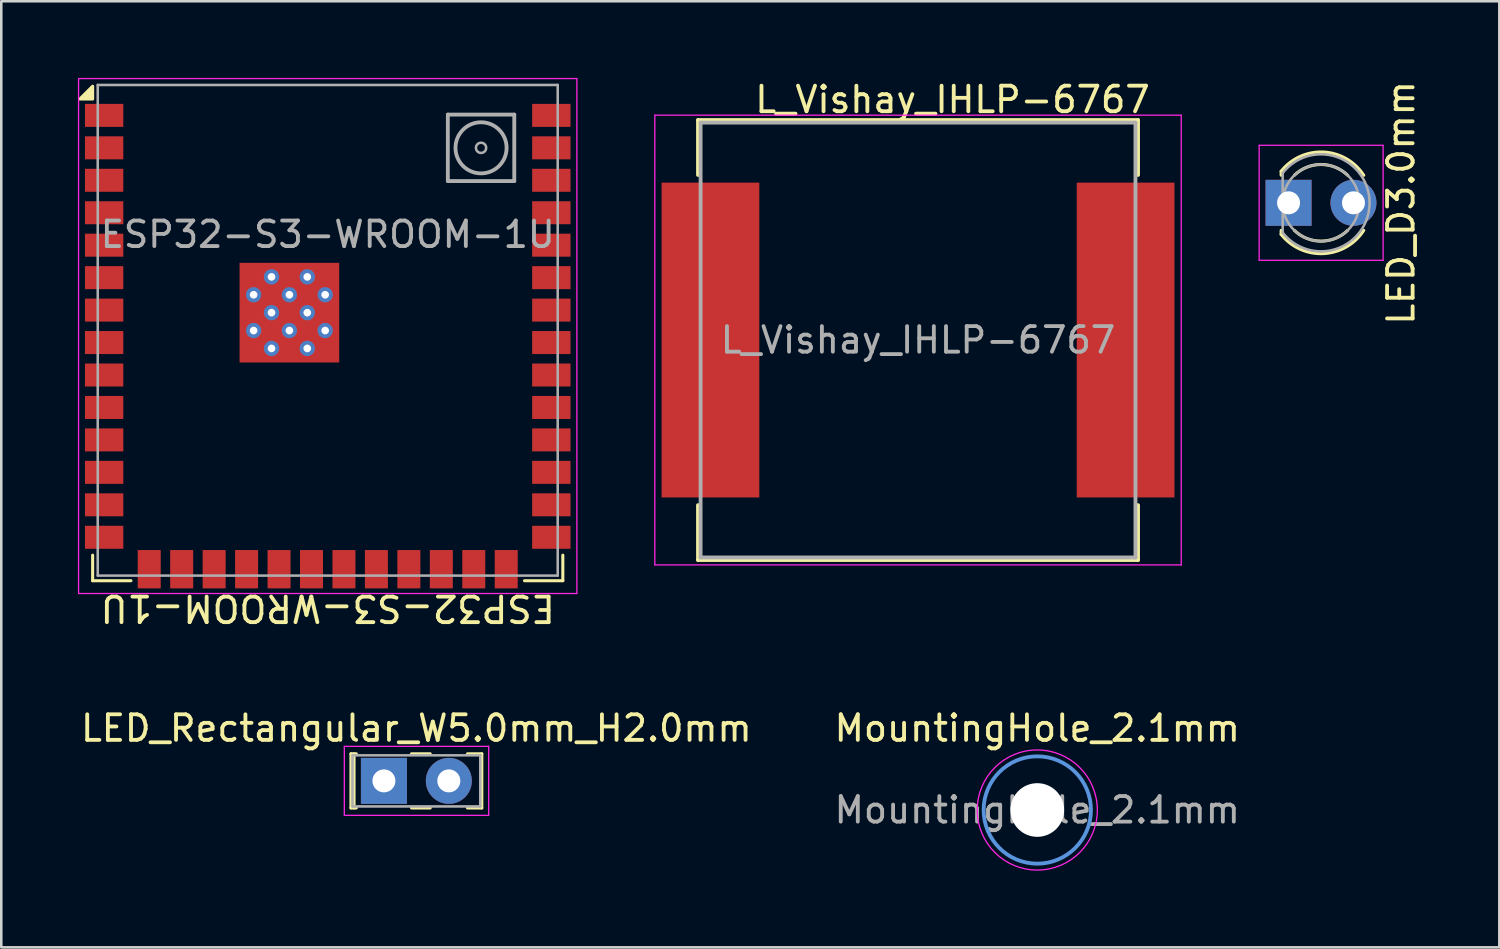
<source format=kicad_pcb>
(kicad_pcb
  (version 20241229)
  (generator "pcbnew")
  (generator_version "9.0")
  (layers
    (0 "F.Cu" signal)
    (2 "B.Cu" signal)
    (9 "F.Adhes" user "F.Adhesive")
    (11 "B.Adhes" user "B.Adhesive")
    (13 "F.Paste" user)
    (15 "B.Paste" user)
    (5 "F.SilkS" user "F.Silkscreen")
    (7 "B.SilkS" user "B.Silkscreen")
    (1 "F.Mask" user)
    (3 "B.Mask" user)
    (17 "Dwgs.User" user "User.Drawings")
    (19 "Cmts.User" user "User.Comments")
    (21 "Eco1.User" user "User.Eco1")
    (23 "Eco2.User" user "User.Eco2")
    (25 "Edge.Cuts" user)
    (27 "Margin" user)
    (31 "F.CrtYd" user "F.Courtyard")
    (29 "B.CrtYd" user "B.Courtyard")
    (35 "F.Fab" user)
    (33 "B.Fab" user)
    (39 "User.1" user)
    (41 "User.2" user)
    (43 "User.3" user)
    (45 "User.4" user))
  (footprint "L_Vishay_IHLP-6767"
    (layer "F.Cu")
    (at 32.875 10.257)
    (property "Reference" "L_Vishay_IHLP-6767" (at 1.35 -9.409 180) (layer "F.SilkS") (effects (font (size 1 1) (thickness 0.15))))
    (attr smd)
    (fp_line (start -8.609 -8.609) (end 8.609 -8.609) (stroke (width 0.15) (type solid)) (layer "F.SilkS"))
    (fp_line (start -8.609 -6.46) (end -8.609 -8.609) (stroke (width 0.15) (type solid)) (layer "F.SilkS"))
    (fp_line (start -8.609 6.46) (end -8.609 8.609) (stroke (width 0.15) (type solid)) (layer "F.SilkS"))
    (fp_line (start -8.609 8.609) (end 8.609 8.609) (stroke (width 0.15) (type solid)) (layer "F.SilkS"))
    (fp_line (start 8.609 -8.609) (end 8.609 -6.46) (stroke (width 0.15) (type solid)) (layer "F.SilkS"))
    (fp_line (start 8.609 8.609) (end 8.609 6.46) (stroke (width 0.15) (type solid)) (layer "F.SilkS"))
    (fp_line (start -10.3 -8.8) (end -10.3 8.8) (stroke (width 0.05) (type solid)) (layer "F.CrtYd"))
    (fp_line (start -10.3 8.8) (end 10.3 8.8) (stroke (width 0.05) (type solid)) (layer "F.CrtYd"))
    (fp_line (start 10.3 -8.8) (end -10.3 -8.8) (stroke (width 0.05) (type solid)) (layer "F.CrtYd"))
    (fp_line (start 10.3 8.8) (end 10.3 -8.8) (stroke (width 0.05) (type solid)) (layer "F.CrtYd"))
    (fp_line (start -8.509 -8.509) (end -8.509 8.509) (stroke (width 0.15) (type solid)) (layer "F.Fab"))
    (fp_line (start -8.509 8.509) (end 8.509 8.509) (stroke (width 0.15) (type solid)) (layer "F.Fab"))
    (fp_line (start 8.509 -8.509) (end -8.509 -8.509) (stroke (width 0.15) (type solid)) (layer "F.Fab"))
    (fp_line (start 8.509 8.509) (end 8.509 -8.509) (stroke (width 0.15) (type solid)) (layer "F.Fab"))
    (fp_text user "${REFERENCE}" (at 0 0 180) (layer "F.Fab") (effects (font (size 1 1) (thickness 0.15))))
    (pad "1" smd rect (at -8.123 0) (size 3.825 12.32) (layers "F.Cu" "F.Mask" "F.Paste"))
    (pad "2" smd rect (at 8.123 0) (size 3.825 12.32) (layers "F.Cu" "F.Mask" "F.Paste")))
  (footprint "ESP32-S3-WROOM-1U"
    (layer "F.Cu")
    (at 9.775 9.875)
    (property "Reference" "ESP32-S3-WROOM-1U" (at 0 10.876 180) (unlocked yes) (layer "F.SilkS") (effects (font (size 1 1) (thickness 0.15))))
    (attr smd)
    (fp_line (start -9.2 8.8) (end -9.2 9.8) (stroke (width 0.12) (type solid)) (layer "F.SilkS"))
    (fp_line (start -9.2 9.8) (end -7.7 9.8) (stroke (width 0.12) (type solid)) (layer "F.SilkS"))
    (fp_line (start 9.2 9.8) (end 7.7 9.8) (stroke (width 0.12) (type solid)) (layer "F.SilkS"))
    (fp_line (start 9.2 9.8) (end 9.2 8.8) (stroke (width 0.12) (type solid)) (layer "F.SilkS"))
    (fp_poly (pts (xy -9.2 -9.05) (xy -9.7 -9.05) (xy -9.2 -9.55) (xy -9.2 -9.05)) (stroke (width 0.12) (type solid)) (fill yes) (layer "F.SilkS"))
    (fp_line (start -9.75 10.3) (end -9.75 -9.85) (stroke (width 0.05) (type solid)) (layer "F.CrtYd"))
    (fp_line (start -9.75 10.3) (end 9.75 10.3) (stroke (width 0.05) (type solid)) (layer "F.CrtYd"))
    (fp_line (start 9.75 -9.85) (end -9.75 -9.85) (stroke (width 0.05) (type solid)) (layer "F.CrtYd"))
    (fp_line (start 9.75 -9.85) (end 9.75 10.3) (stroke (width 0.05) (type solid)) (layer "F.CrtYd"))
    (fp_line (start -9 -9.6) (end 9 -9.6) (stroke (width 0.1) (type solid)) (layer "F.Fab"))
    (fp_line (start -9 9.6) (end -9 -9.6) (stroke (width 0.1) (type solid)) (layer "F.Fab"))
    (fp_line (start -9 9.6) (end 9 9.6) (stroke (width 0.1) (type solid)) (layer "F.Fab"))
    (fp_line (start 4.7 -8.44) (end 7.3 -8.44) (stroke (width 0.15) (type solid)) (layer "F.Fab"))
    (fp_line (start 4.7 -5.84) (end 4.7 -8.44) (stroke (width 0.15) (type solid)) (layer "F.Fab"))
    (fp_line (start 7.3 -8.44) (end 7.3 -5.84) (stroke (width 0.15) (type solid)) (layer "F.Fab"))
    (fp_line (start 7.3 -5.84) (end 4.7 -5.84) (stroke (width 0.15) (type solid)) (layer "F.Fab"))
    (fp_line (start 9 9.6) (end 9 -9.6) (stroke (width 0.1) (type solid)) (layer "F.Fab"))
    (fp_circle (center 6 -7.14) (end 6 -6.94) (stroke (width 0.1) (type solid)) (fill no) (layer "F.Fab"))
    (fp_circle (center 6 -7.14) (end 7 -7.14) (stroke (width 0.15) (type solid)) (fill no) (layer "F.Fab"))
    (fp_text user "${REFERENCE}" (at 0 -3.75 0) (unlocked yes) (layer "F.Fab") (effects (font (size 1 1) (thickness 0.15))))
    (pad "" smd rect (at -2.904 0.71) (size 0.9 0.9) (layers "F.Paste"))
    (pad "" smd rect (at -2.9 -2.09) (size 0.9 0.9) (layers "F.Paste"))
    (pad "" smd rect (at -2.9 -0.69) (size 0.9 0.9) (layers "F.Paste"))
    (pad "" smd rect (at -1.504 0.71) (size 0.9 0.9) (layers "F.Paste"))
    (pad "" smd rect (at -1.5 -2.09) (size 0.9 0.9) (layers "F.Paste"))
    (pad "" smd rect (at -1.5 -0.69) (size 0.9 0.9) (layers "F.Paste"))
    (pad "" smd rect (at -0.104 0.71) (size 0.9 0.9) (layers "F.Paste"))
    (pad "" smd rect (at -0.1 -2.09) (size 0.9 0.9) (layers "F.Paste"))
    (pad "" smd rect (at -0.1 -0.69) (size 0.9 0.9) (layers "F.Paste"))
    (pad "1" smd rect (at -8.75 -8.41) (size 1.5 0.9) (layers "F.Cu" "F.Mask" "F.Paste"))
    (pad "2" smd rect (at -8.75 -7.14) (size 1.5 0.9) (layers "F.Cu" "F.Mask" "F.Paste"))
    (pad "3" smd rect (at -8.75 -5.87) (size 1.5 0.9) (layers "F.Cu" "F.Mask" "F.Paste"))
    (pad "4" smd rect (at -8.75 -4.6) (size 1.5 0.9) (layers "F.Cu" "F.Mask" "F.Paste"))
    (pad "5" smd rect (at -8.75 -3.33) (size 1.5 0.9) (layers "F.Cu" "F.Mask" "F.Paste"))
    (pad "6" smd rect (at -8.75 -2.06) (size 1.5 0.9) (layers "F.Cu" "F.Mask" "F.Paste"))
    (pad "7" smd rect (at -8.75 -0.79) (size 1.5 0.9) (layers "F.Cu" "F.Mask" "F.Paste"))
    (pad "8" smd rect (at -8.75 0.48) (size 1.5 0.9) (layers "F.Cu" "F.Mask" "F.Paste"))
    (pad "9" smd rect (at -8.75 1.75) (size 1.5 0.9) (layers "F.Cu" "F.Mask" "F.Paste"))
    (pad "10" smd rect (at -8.75 3.02) (size 1.5 0.9) (layers "F.Cu" "F.Mask" "F.Paste"))
    (pad "11" smd rect (at -8.75 4.29) (size 1.5 0.9) (layers "F.Cu" "F.Mask" "F.Paste"))
    (pad "12" smd rect (at -8.75 5.56) (size 1.5 0.9) (layers "F.Cu" "F.Mask" "F.Paste"))
    (pad "13" smd rect (at -8.75 6.83) (size 1.5 0.9) (layers "F.Cu" "F.Mask" "F.Paste"))
    (pad "14" smd rect (at -8.75 8.1 180) (size 1.5 0.9) (layers "F.Cu" "F.Mask" "F.Paste"))
    (pad "15" smd rect (at -6.985 9.35 270) (size 1.5 0.9) (layers "F.Cu" "F.Mask" "F.Paste"))
    (pad "16" smd rect (at -5.715 9.35 270) (size 1.5 0.9) (layers "F.Cu" "F.Mask" "F.Paste"))
    (pad "17" smd rect (at -4.445 9.35 270) (size 1.5 0.9) (layers "F.Cu" "F.Mask" "F.Paste"))
    (pad "18" smd rect (at -3.175 9.35 270) (size 1.5 0.9) (layers "F.Cu" "F.Mask" "F.Paste"))
    (pad "19" smd rect (at -1.905 9.35 270) (size 1.5 0.9) (layers "F.Cu" "F.Mask" "F.Paste"))
    (pad "20" smd rect (at -0.635 9.35 270) (size 1.5 0.9) (layers "F.Cu" "F.Mask" "F.Paste"))
    (pad "21" smd rect (at 0.635 9.35 270) (size 1.5 0.9) (layers "F.Cu" "F.Mask" "F.Paste"))
    (pad "22" smd rect (at 1.905 9.35 270) (size 1.5 0.9) (layers "F.Cu" "F.Mask" "F.Paste"))
    (pad "23" smd rect (at 3.175 9.35 270) (size 1.5 0.9) (layers "F.Cu" "F.Mask" "F.Paste"))
    (pad "24" smd rect (at 4.445 9.35 270) (size 1.5 0.9) (layers "F.Cu" "F.Mask" "F.Paste"))
    (pad "25" smd rect (at 5.715 9.35 270) (size 1.5 0.9) (layers "F.Cu" "F.Mask" "F.Paste"))
    (pad "26" smd rect (at 6.985 9.35 270) (size 1.5 0.9) (layers "F.Cu" "F.Mask" "F.Paste"))
    (pad "27" smd rect (at 8.75 8.1) (size 1.5 0.9) (layers "F.Cu" "F.Mask" "F.Paste"))
    (pad "28" smd rect (at 8.75 6.83) (size 1.5 0.9) (layers "F.Cu" "F.Mask" "F.Paste"))
    (pad "29" smd rect (at 8.75 5.56) (size 1.5 0.9) (layers "F.Cu" "F.Mask" "F.Paste"))
    (pad "30" smd rect (at 8.75 4.29) (size 1.5 0.9) (layers "F.Cu" "F.Mask" "F.Paste"))
    (pad "31" smd rect (at 8.75 3.02) (size 1.5 0.9) (layers "F.Cu" "F.Mask" "F.Paste"))
    (pad "32" smd rect (at 8.75 1.75) (size 1.5 0.9) (layers "F.Cu" "F.Mask" "F.Paste"))
    (pad "33" smd rect (at 8.75 0.48) (size 1.5 0.9) (layers "F.Cu" "F.Mask" "F.Paste"))
    (pad "34" smd rect (at 8.75 -0.79) (size 1.5 0.9) (layers "F.Cu" "F.Mask" "F.Paste"))
    (pad "35" smd rect (at 8.75 -2.06) (size 1.5 0.9) (layers "F.Cu" "F.Mask" "F.Paste"))
    (pad "36" smd rect (at 8.75 -3.33) (size 1.5 0.9) (layers "F.Cu" "F.Mask" "F.Paste"))
    (pad "37" smd rect (at 8.75 -4.6) (size 1.5 0.9) (layers "F.Cu" "F.Mask" "F.Paste"))
    (pad "38" smd rect (at 8.75 -5.87) (size 1.5 0.9) (layers "F.Cu" "F.Mask" "F.Paste"))
    (pad "39" smd rect (at 8.75 -7.14) (size 1.5 0.9) (layers "F.Cu" "F.Mask" "F.Paste"))
    (pad "40" smd rect (at 8.75 -8.41) (size 1.5 0.9) (layers "F.Cu" "F.Mask" "F.Paste"))
    (pad "41" thru_hole circle (at -2.9 -1.39) (size 0.6 0.6) (drill 0.3) (property pad_prop_heatsink) (layers "*.Cu" "F.Mask"))
    (pad "41" thru_hole circle (at -2.9 0.01) (size 0.6 0.6) (drill 0.3) (property pad_prop_heatsink) (layers "*.Cu" "F.Mask"))
    (pad "41" thru_hole circle (at -2.2 -2.09) (size 0.6 0.6) (drill 0.3) (property pad_prop_heatsink) (layers "*.Cu" "F.Mask"))
    (pad "41" thru_hole circle (at -2.2 -0.69) (size 0.6 0.6) (drill 0.3) (property pad_prop_heatsink) (layers "*.Cu" "F.Mask"))
    (pad "41" thru_hole circle (at -2.2 0.71) (size 0.6 0.6) (drill 0.3) (property pad_prop_heatsink) (layers "*.Cu" "F.Mask"))
    (pad "41" thru_hole circle (at -1.5 -1.39) (size 0.6 0.6) (drill 0.3) (property pad_prop_heatsink) (layers "*.Cu" "F.Mask"))
    (pad "41" smd rect (at -1.5 -0.69) (size 3.9 3.9) (layers "F.Cu" "F.Mask"))
    (pad "41" thru_hole circle (at -1.5 0.01) (size 0.6 0.6) (drill 0.3) (property pad_prop_heatsink) (layers "*.Cu" "F.Mask"))
    (pad "41" thru_hole circle (at -0.8 -2.09) (size 0.6 0.6) (drill 0.3) (property pad_prop_heatsink) (layers "*.Cu" "F.Mask"))
    (pad "41" thru_hole circle (at -0.8 -0.69 90) (size 0.6 0.6) (drill 0.3) (property pad_prop_heatsink) (layers "*.Cu" "F.Mask"))
    (pad "41" thru_hole circle (at -0.8 0.71) (size 0.6 0.6) (drill 0.3) (property pad_prop_heatsink) (layers "*.Cu" "F.Mask"))
    (pad "41" thru_hole circle (at -0.1 -1.39) (size 0.6 0.6) (drill 0.3) (property pad_prop_heatsink) (layers "*.Cu" "F.Mask"))
    (pad "41" thru_hole circle (at -0.1 0.01) (size 0.6 0.6) (drill 0.3) (property pad_prop_heatsink) (layers "*.Cu" "F.Mask")))
  (footprint "LED_D3.0mm"
    (layer "F.Cu")
    (at 47.375 4.887)
    (property "Reference" "LED_D3.0mm" (at 4.4 0 270) (layer "F.SilkS") (effects (font (size 1 1) (thickness 0.15))))
    (attr through_hole)
    (fp_line (start -0.29 -1.236) (end -0.29 -1.08) (stroke (width 0.12) (type solid)) (layer "F.SilkS"))
    (fp_line (start -0.29 1.08) (end -0.29 1.236) (stroke (width 0.12) (type solid)) (layer "F.SilkS"))
    (fp_arc (start -0.29 -1.235516) (mid 1.366487 -1.987659) (end 2.942335 -1.078608) (stroke (width 0.12) (type solid)) (layer "F.SilkS"))
    (fp_arc (start 0.229039 -1.08) (mid 1.270117 -1.5) (end 2.31113 -1.079837) (stroke (width 0.12) (type solid)) (layer "F.SilkS"))
    (fp_arc (start 2.31113 1.079837) (mid 1.270117 1.5) (end 0.229039 1.08) (stroke (width 0.12) (type solid)) (layer "F.SilkS"))
    (fp_arc (start 2.942335 1.078608) (mid 1.366487 1.987659) (end -0.29 1.235516) (stroke (width 0.12) (type solid)) (layer "F.SilkS"))
    (fp_line (start -1.15 -2.25) (end -1.15 2.25) (stroke (width 0.05) (type solid)) (layer "F.CrtYd"))
    (fp_line (start -1.15 2.25) (end 3.7 2.25) (stroke (width 0.05) (type solid)) (layer "F.CrtYd"))
    (fp_line (start 3.7 -2.25) (end -1.15 -2.25) (stroke (width 0.05) (type solid)) (layer "F.CrtYd"))
    (fp_line (start 3.7 2.25) (end 3.7 -2.25) (stroke (width 0.05) (type solid)) (layer "F.CrtYd"))
    (fp_line (start -0.23 -1.166) (end -0.23 1.166) (stroke (width 0.1) (type solid)) (layer "F.Fab"))
    (fp_arc (start -0.23 -1.16619) (mid 3.17 0.000452) (end -0.230555 1.165476) (stroke (width 0.1) (type solid)) (layer "F.Fab"))
    (fp_circle (center 1.27 0) (end 2.77 0) (stroke (width 0.1) (type solid)) (fill no) (layer "F.Fab"))
    (pad "1" thru_hole rect (at 0 0) (size 1.8 1.8) (drill 0.9) (layers "*.Cu" "*.Mask"))
    (pad "2" thru_hole circle (at 2.54 0) (size 1.8 1.8) (drill 0.9) (layers "*.Cu" "*.Mask")))
  (footprint "MountingHole_2.1mm"
    (layer "F.Cu")
    (at 37.542 28.648)
    (property "Reference" "MountingHole_2.1mm" (at 0 -3.2 180) (layer "F.SilkS") (effects (font (size 1 1) (thickness 0.15))))
    (attr exclude_from_pos_files exclude_from_bom)
    (fp_circle (center 0 0) (end 2.1 0) (stroke (width 0.15) (type solid)) (fill no) (layer "Cmts.User"))
    (fp_circle (center 0 0) (end 2.35 0) (stroke (width 0.05) (type solid)) (fill no) (layer "F.CrtYd"))
    (fp_text user "${REFERENCE}" (at 0 0 180) (layer "F.Fab") (effects (font (size 1 1) (thickness 0.15))))
    (pad "" np_thru_hole circle (at 0 0) (size 2.1 2.1) (drill 2.1) (layers "*.Cu" "*.Mask")))
  (footprint "LED_Rectangular_W5.0mm_H2.0mm"
    (layer "F.Cu")
    (at 11.974 27.508)
    (property "Reference" "LED_Rectangular_W5.0mm_H2.0mm" (at 1.27 -2.06 0) (layer "F.SilkS") (effects (font (size 1 1) (thickness 0.15))))
    (attr through_hole)
    (fp_line (start -1.29 -1.06) (end -1.29 1.06) (stroke (width 0.12) (type solid)) (layer "F.SilkS"))
    (fp_line (start -1.29 -1.06) (end -1.08 -1.06) (stroke (width 0.12) (type solid)) (layer "F.SilkS"))
    (fp_line (start -1.29 1.06) (end -1.08 1.06) (stroke (width 0.12) (type solid)) (layer "F.SilkS"))
    (fp_line (start -1.17 -1.06) (end -1.17 1.06) (stroke (width 0.12) (type solid)) (layer "F.SilkS"))
    (fp_line (start 1.08 -1.06) (end 1.811 -1.06) (stroke (width 0.12) (type solid)) (layer "F.SilkS"))
    (fp_line (start 1.08 1.06) (end 1.811 1.06) (stroke (width 0.12) (type solid)) (layer "F.SilkS"))
    (fp_line (start 3.27 -1.06) (end 3.83 -1.06) (stroke (width 0.12) (type solid)) (layer "F.SilkS"))
    (fp_line (start 3.27 1.06) (end 3.83 1.06) (stroke (width 0.12) (type solid)) (layer "F.SilkS"))
    (fp_line (start 3.83 -1.06) (end 3.83 1.06) (stroke (width 0.12) (type solid)) (layer "F.SilkS"))
    (fp_line (start -1.55 -1.35) (end -1.55 1.35) (stroke (width 0.05) (type solid)) (layer "F.CrtYd"))
    (fp_line (start -1.55 1.35) (end 4.1 1.35) (stroke (width 0.05) (type solid)) (layer "F.CrtYd"))
    (fp_line (start 4.1 -1.35) (end -1.55 -1.35) (stroke (width 0.05) (type solid)) (layer "F.CrtYd"))
    (fp_line (start 4.1 1.35) (end 4.1 -1.35) (stroke (width 0.05) (type solid)) (layer "F.CrtYd"))
    (fp_line (start -1.23 -1) (end -1.23 1) (stroke (width 0.1) (type solid)) (layer "F.Fab"))
    (fp_line (start -1.23 1) (end 3.77 1) (stroke (width 0.1) (type solid)) (layer "F.Fab"))
    (fp_line (start 3.77 -1) (end -1.23 -1) (stroke (width 0.1) (type solid)) (layer "F.Fab"))
    (fp_line (start 3.77 1) (end 3.77 -1) (stroke (width 0.1) (type solid)) (layer "F.Fab"))
    (pad "1" thru_hole rect (at 0 0) (size 1.8 1.8) (drill 0.9) (layers "*.Cu" "*.Mask"))
    (pad "2" thru_hole circle (at 2.54 0) (size 1.8 1.8) (drill 0.9) (layers "*.Cu" "*.Mask")))
  (gr_rect
    (start -3 -3)
    (end 55.623 34.023)
    (stroke (width 0.1) (type default))
    (fill no)
    (layer "Edge.Cuts")))
</source>
